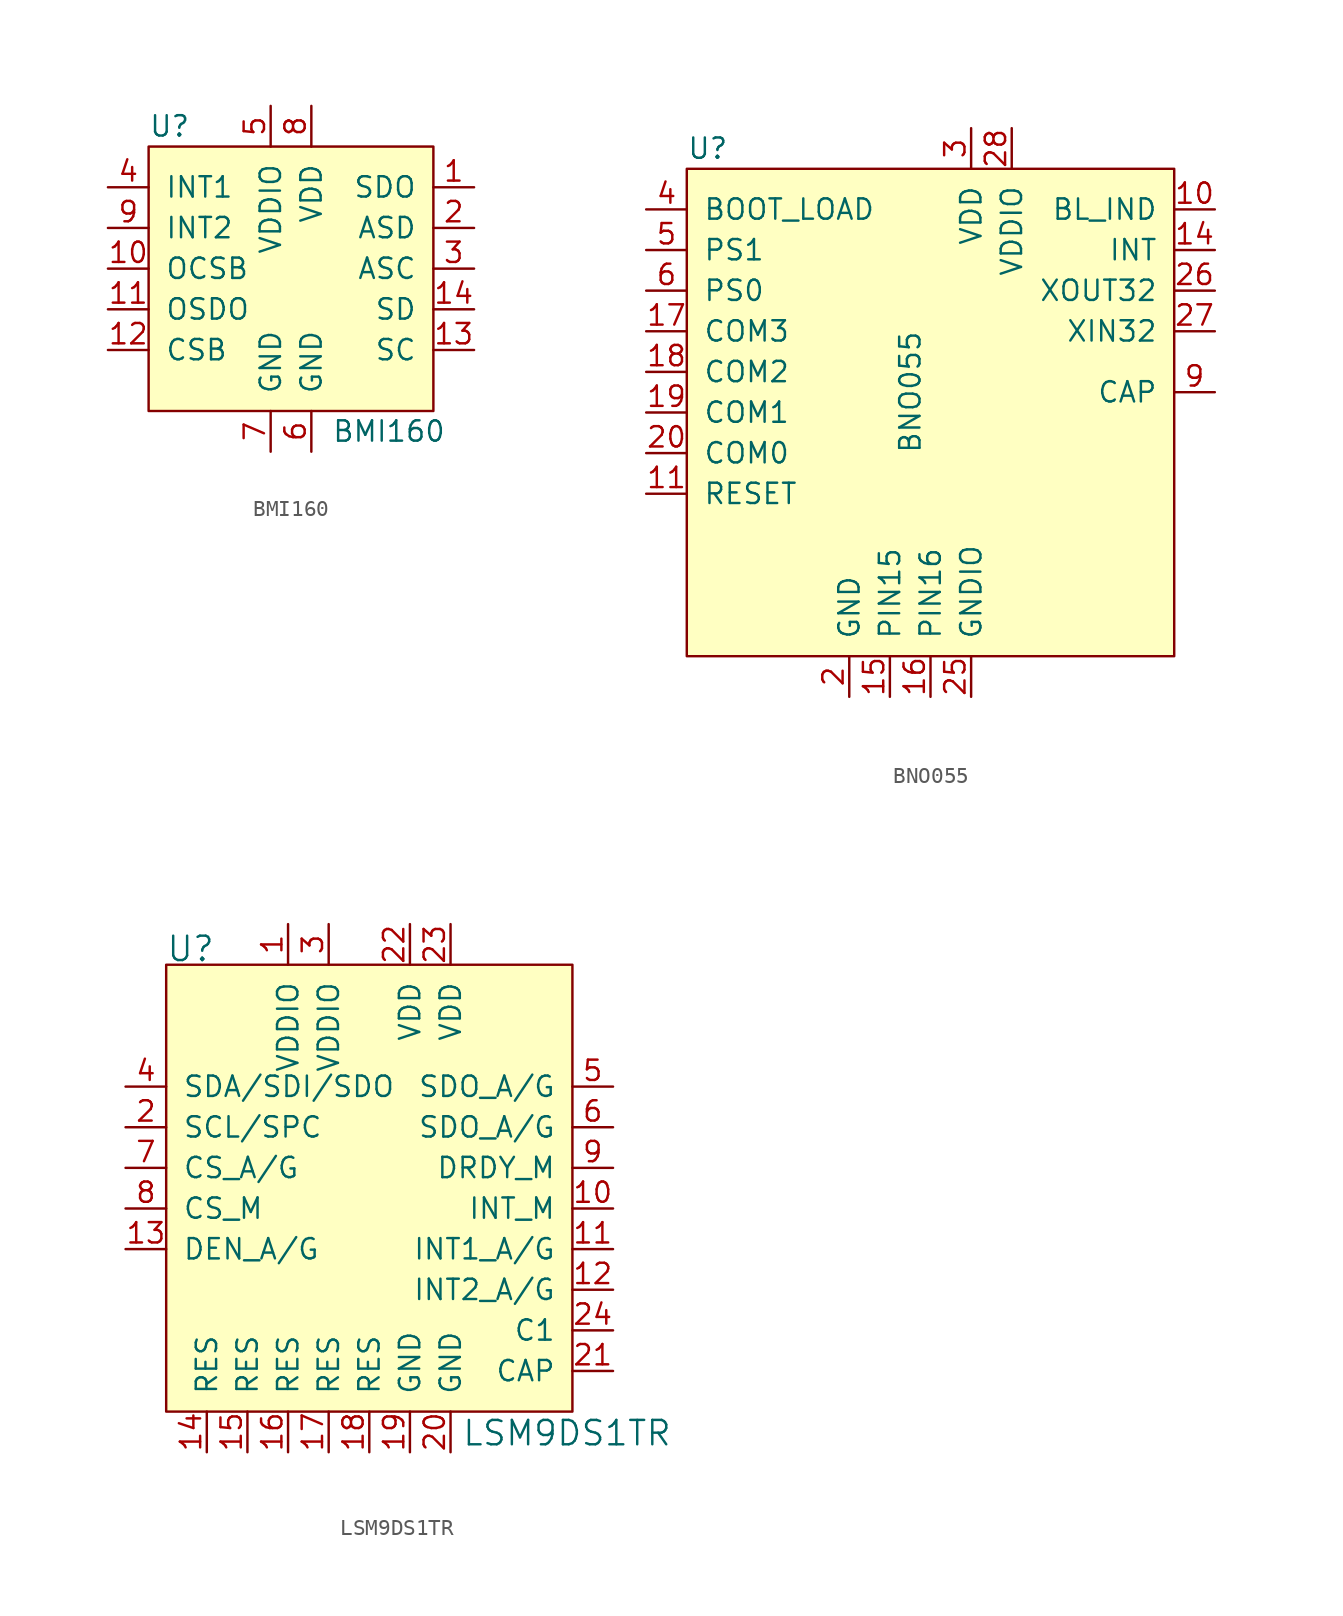
<source format=kicad_sym>
(kicad_symbol_lib
  (version 20220914)
  (generator kicad_symbol_editor)
  (symbol "BMI160"
    (pin_names
      (offset 1.016))
    (property "Reference" "U"
      (at -7.62 8.89 0)
      (effects (font (size 1.27 1.27)) (justify left)))
    (property "Value" "BMI160"
      (at 3.81 -10.16 0)
      (effects (font (size 1.27 1.27)) (justify left)))
    (symbol "BMI160_0_1"
      (rectangle (start -7.62 7.62) (end 10.16 -8.89) (stroke (width 0) (type solid)) (fill (type background))))
    (symbol "BMI160_1_1"
      (pin output line (at 12.7 5.08 180) (length 2.54) (name "SDO" (effects (font (size 1.27 1.27)))) (number "1" (effects (font (size 1.27 1.27)))))
      (pin bidirectional line (at -10.16 0 0) (length 2.54) (name "OCSB" (effects (font (size 1.27 1.27)))) (number "10" (effects (font (size 1.27 1.27)))))
      (pin bidirectional line (at -10.16 -2.54 0) (length 2.54) (name "OSDO" (effects (font (size 1.27 1.27)))) (number "11" (effects (font (size 1.27 1.27)))))
      (pin bidirectional line (at -10.16 -5.08 0) (length 2.54) (name "CSB" (effects (font (size 1.27 1.27)))) (number "12" (effects (font (size 1.27 1.27)))))
      (pin bidirectional line (at 12.7 -5.08 180) (length 2.54) (name "SC" (effects (font (size 1.27 1.27)))) (number "13" (effects (font (size 1.27 1.27)))))
      (pin bidirectional line (at 12.7 -2.54 180) (length 2.54) (name "SD" (effects (font (size 1.27 1.27)))) (number "14" (effects (font (size 1.27 1.27)))))
      (pin bidirectional line (at 12.7 2.54 180) (length 2.54) (name "ASD" (effects (font (size 1.27 1.27)))) (number "2" (effects (font (size 1.27 1.27)))))
      (pin bidirectional line (at 12.7 0 180) (length 2.54) (name "ASC" (effects (font (size 1.27 1.27)))) (number "3" (effects (font (size 1.27 1.27)))))
      (pin bidirectional line (at -10.16 5.08 0) (length 2.54) (name "INT1" (effects (font (size 1.27 1.27)))) (number "4" (effects (font (size 1.27 1.27)))))
      (pin power_in line (at 0 10.16 270) (length 2.54) (name "VDDIO" (effects (font (size 1.27 1.27)))) (number "5" (effects (font (size 1.27 1.27)))))
      (pin power_in line (at 2.54 -11.43 90) (length 2.54) (name "GND" (effects (font (size 1.27 1.27)))) (number "6" (effects (font (size 1.27 1.27)))))
      (pin power_in line (at 0 -11.43 90) (length 2.54) (name "GND" (effects (font (size 1.27 1.27)))) (number "7" (effects (font (size 1.27 1.27)))))
      (pin power_in line (at 2.54 10.16 270) (length 2.54) (name "VDD" (effects (font (size 1.27 1.27)))) (number "8" (effects (font (size 1.27 1.27)))))
      (pin bidirectional line (at -10.16 2.54 0) (length 2.54) (name "INT2" (effects (font (size 1.27 1.27)))) (number "9" (effects (font (size 1.27 1.27)))))))
  (symbol "BNO055"
    (pin_names
      (offset 1.016))
    (property "Reference" "U"
      (at -15.24 13.97 0)
      (effects (font (size 1.27 1.27)) (justify left)))
    (property "Value" "BNO055"
      (at -1.27 -1.27 90)
      (effects (font (size 1.27 1.27))))
    (symbol "BNO055_0_1"
      (rectangle (start -15.24 12.7) (end 15.24 -17.78) (stroke (width 0) (type solid)) (fill (type background))))
    (symbol "BNO055_1_1"
      (pin no_connect line (at -15.24 -10.16 0) (length 2.54) hide (name "PIN1" (effects (font (size 1.27 1.27)))) (number "1" (effects (font (size 1.27 1.27)))))
      (pin output line (at 17.78 10.16 180) (length 2.54) (name "BL_IND" (effects (font (size 1.27 1.27)))) (number "10" (effects (font (size 1.27 1.27)))))
      (pin input line (at -17.78 -7.62 0) (length 2.54) (name "RESET" (effects (font (size 1.27 1.27)))) (number "11" (effects (font (size 1.27 1.27)))))
      (pin no_connect line (at 15.24 -16.51 180) (length 2.54) hide (name "PIN12" (effects (font (size 1.27 1.27)))) (number "12" (effects (font (size 1.27 1.27)))))
      (pin no_connect line (at 15.24 -13.97 180) (length 2.54) hide (name "PIN13" (effects (font (size 1.27 1.27)))) (number "13" (effects (font (size 1.27 1.27)))))
      (pin output line (at 17.78 7.62 180) (length 2.54) (name "INT" (effects (font (size 1.27 1.27)))) (number "14" (effects (font (size 1.27 1.27)))))
      (pin power_in line (at -2.54 -20.32 90) (length 2.54) (name "PIN15" (effects (font (size 1.27 1.27)))) (number "15" (effects (font (size 1.27 1.27)))))
      (pin power_in line (at 0 -20.32 90) (length 2.54) (name "PIN16" (effects (font (size 1.27 1.27)))) (number "16" (effects (font (size 1.27 1.27)))))
      (pin input line (at -17.78 2.54 0) (length 2.54) (name "COM3" (effects (font (size 1.27 1.27)))) (number "17" (effects (font (size 1.27 1.27)))))
      (pin input line (at -17.78 0 0) (length 2.54) (name "COM2" (effects (font (size 1.27 1.27)))) (number "18" (effects (font (size 1.27 1.27)))))
      (pin input line (at -17.78 -2.54 0) (length 2.54) (name "COM1" (effects (font (size 1.27 1.27)))) (number "19" (effects (font (size 1.27 1.27)))))
      (pin power_in line (at -5.08 -20.32 90) (length 2.54) (name "GND" (effects (font (size 1.27 1.27)))) (number "2" (effects (font (size 1.27 1.27)))))
      (pin input line (at -17.78 -5.08 0) (length 2.54) (name "COM0" (effects (font (size 1.27 1.27)))) (number "20" (effects (font (size 1.27 1.27)))))
      (pin no_connect line (at 15.24 -11.43 180) (length 2.54) hide (name "PIN21" (effects (font (size 1.27 1.27)))) (number "21" (effects (font (size 1.27 1.27)))))
      (pin no_connect line (at 15.24 -8.89 180) (length 2.54) hide (name "PIN22" (effects (font (size 1.27 1.27)))) (number "22" (effects (font (size 1.27 1.27)))))
      (pin no_connect line (at 15.24 -6.35 180) (length 2.54) hide (name "PIN23" (effects (font (size 1.27 1.27)))) (number "23" (effects (font (size 1.27 1.27)))))
      (pin no_connect line (at 15.24 -3.81 180) (length 2.54) hide (name "PIN24" (effects (font (size 1.27 1.27)))) (number "24" (effects (font (size 1.27 1.27)))))
      (pin power_in line (at 2.54 -20.32 90) (length 2.54) (name "GNDIO" (effects (font (size 1.27 1.27)))) (number "25" (effects (font (size 1.27 1.27)))))
      (pin output line (at 17.78 5.08 180) (length 2.54) (name "XOUT32" (effects (font (size 1.27 1.27)))) (number "26" (effects (font (size 1.27 1.27)))))
      (pin input line (at 17.78 2.54 180) (length 2.54) (name "XIN32" (effects (font (size 1.27 1.27)))) (number "27" (effects (font (size 1.27 1.27)))))
      (pin power_in line (at 5.08 15.24 270) (length 2.54) (name "VDDIO" (effects (font (size 1.27 1.27)))) (number "28" (effects (font (size 1.27 1.27)))))
      (pin power_in line (at 2.54 15.24 270) (length 2.54) (name "VDD" (effects (font (size 1.27 1.27)))) (number "3" (effects (font (size 1.27 1.27)))))
      (pin input line (at -17.78 10.16 0) (length 2.54) (name "BOOT_LOAD" (effects (font (size 1.27 1.27)))) (number "4" (effects (font (size 1.27 1.27)))))
      (pin input line (at -17.78 7.62 0) (length 2.54) (name "PS1" (effects (font (size 1.27 1.27)))) (number "5" (effects (font (size 1.27 1.27)))))
      (pin input line (at -17.78 5.08 0) (length 2.54) (name "PS0" (effects (font (size 1.27 1.27)))) (number "6" (effects (font (size 1.27 1.27)))))
      (pin no_connect line (at -15.24 -12.7 0) (length 2.54) hide (name "PIN7" (effects (font (size 1.27 1.27)))) (number "7" (effects (font (size 1.27 1.27)))))
      (pin no_connect line (at -15.24 -15.24 0) (length 2.54) hide (name "PIN8" (effects (font (size 1.27 1.27)))) (number "8" (effects (font (size 1.27 1.27)))))
      (pin passive line (at 17.78 -1.27 180) (length 2.54) (name "CAP" (effects (font (size 1.27 1.27)))) (number "9" (effects (font (size 1.27 1.27)))))))
  (symbol "LSM9DS1TR"
    (pin_names
      (offset 1.016))
    (property "Reference" "U"
      (at -12.725 18.771 0)
      (effects (font (size 1.524 1.524)) (justify left)))
    (property "Value" "LSM9DS1TR"
      (at 5.766 -11.506 0)
      (effects (font (size 1.524 1.524)) (justify left)))
    (symbol "LSM9DS1TR_0_1"
      (rectangle (start -12.7 17.78) (end 12.7 -10.16) (stroke (width 0) (type solid)) (fill (type background))))
    (symbol "LSM9DS1TR_1_0"
      (pin power_in line (at -5.08 20.32 270) (length 2.54) (name "VDDIO" (effects (font (size 1.27 1.27)))) (number "1" (effects (font (size 1.27 1.27)))))
      (pin output line (at 15.24 2.54 180) (length 2.54) (name "INT_M" (effects (font (size 1.27 1.27)))) (number "10" (effects (font (size 1.27 1.27)))))
      (pin output line (at 15.24 0 180) (length 2.54) (name "INT1_A/G" (effects (font (size 1.27 1.27)))) (number "11" (effects (font (size 1.27 1.27)))))
      (pin output line (at 15.24 -2.54 180) (length 2.54) (name "INT2_A/G" (effects (font (size 1.27 1.27)))) (number "12" (effects (font (size 1.27 1.27)))))
      (pin input line (at -15.24 0 0) (length 2.54) (name "DEN_A/G" (effects (font (size 1.27 1.27)))) (number "13" (effects (font (size 1.27 1.27)))))
      (pin power_in line (at -10.16 -12.7 90) (length 2.54) (name "RES" (effects (font (size 1.27 1.27)))) (number "14" (effects (font (size 1.27 1.27)))))
      (pin power_in line (at -7.62 -12.7 90) (length 2.54) (name "RES" (effects (font (size 1.27 1.27)))) (number "15" (effects (font (size 1.27 1.27)))))
      (pin power_in line (at -5.08 -12.7 90) (length 2.54) (name "RES" (effects (font (size 1.27 1.27)))) (number "16" (effects (font (size 1.27 1.27)))))
      (pin power_in line (at -2.54 -12.7 90) (length 2.54) (name "RES" (effects (font (size 1.27 1.27)))) (number "17" (effects (font (size 1.27 1.27)))))
      (pin power_in line (at 0 -12.7 90) (length 2.54) (name "RES" (effects (font (size 1.27 1.27)))) (number "18" (effects (font (size 1.27 1.27)))))
      (pin power_in line (at 2.54 -12.7 90) (length 2.54) (name "GND" (effects (font (size 1.27 1.27)))) (number "19" (effects (font (size 1.27 1.27)))))
      (pin input line (at -15.24 7.62 0) (length 2.54) (name "SCL/SPC" (effects (font (size 1.27 1.27)))) (number "2" (effects (font (size 1.27 1.27)))))
      (pin power_in line (at 5.08 -12.7 90) (length 2.54) (name "GND" (effects (font (size 1.27 1.27)))) (number "20" (effects (font (size 1.27 1.27)))))
      (pin unspecified line (at 15.24 -7.62 180) (length 2.54) (name "CAP" (effects (font (size 1.27 1.27)))) (number "21" (effects (font (size 1.27 1.27)))))
      (pin power_in line (at 2.54 20.32 270) (length 2.54) (name "VDD" (effects (font (size 1.27 1.27)))) (number "22" (effects (font (size 1.27 1.27)))))
      (pin power_in line (at 5.08 20.32 270) (length 2.54) (name "VDD" (effects (font (size 1.27 1.27)))) (number "23" (effects (font (size 1.27 1.27)))))
      (pin unspecified line (at 15.24 -5.08 180) (length 2.54) (name "C1" (effects (font (size 1.27 1.27)))) (number "24" (effects (font (size 1.27 1.27)))))
      (pin power_in line (at -2.54 20.32 270) (length 2.54) (name "VDDIO" (effects (font (size 1.27 1.27)))) (number "3" (effects (font (size 1.27 1.27)))))
      (pin bidirectional line (at -15.24 10.16 0) (length 2.54) (name "SDA/SDI/SDO" (effects (font (size 1.27 1.27)))) (number "4" (effects (font (size 1.27 1.27)))))
      (pin output line (at 15.24 10.16 180) (length 2.54) (name "SDO_A/G" (effects (font (size 1.27 1.27)))) (number "5" (effects (font (size 1.27 1.27)))))
      (pin output line (at 15.24 7.62 180) (length 2.54) (name "SDO_A/G" (effects (font (size 1.27 1.27)))) (number "6" (effects (font (size 1.27 1.27)))))
      (pin input line (at -15.24 5.08 0) (length 2.54) (name "CS_A/G" (effects (font (size 1.27 1.27)))) (number "7" (effects (font (size 1.27 1.27)))))
      (pin input line (at -15.24 2.54 0) (length 2.54) (name "CS_M" (effects (font (size 1.27 1.27)))) (number "8" (effects (font (size 1.27 1.27)))))
      (pin output line (at 15.24 5.08 180) (length 2.54) (name "DRDY_M" (effects (font (size 1.27 1.27)))) (number "9" (effects (font (size 1.27 1.27))))))))
</source>
